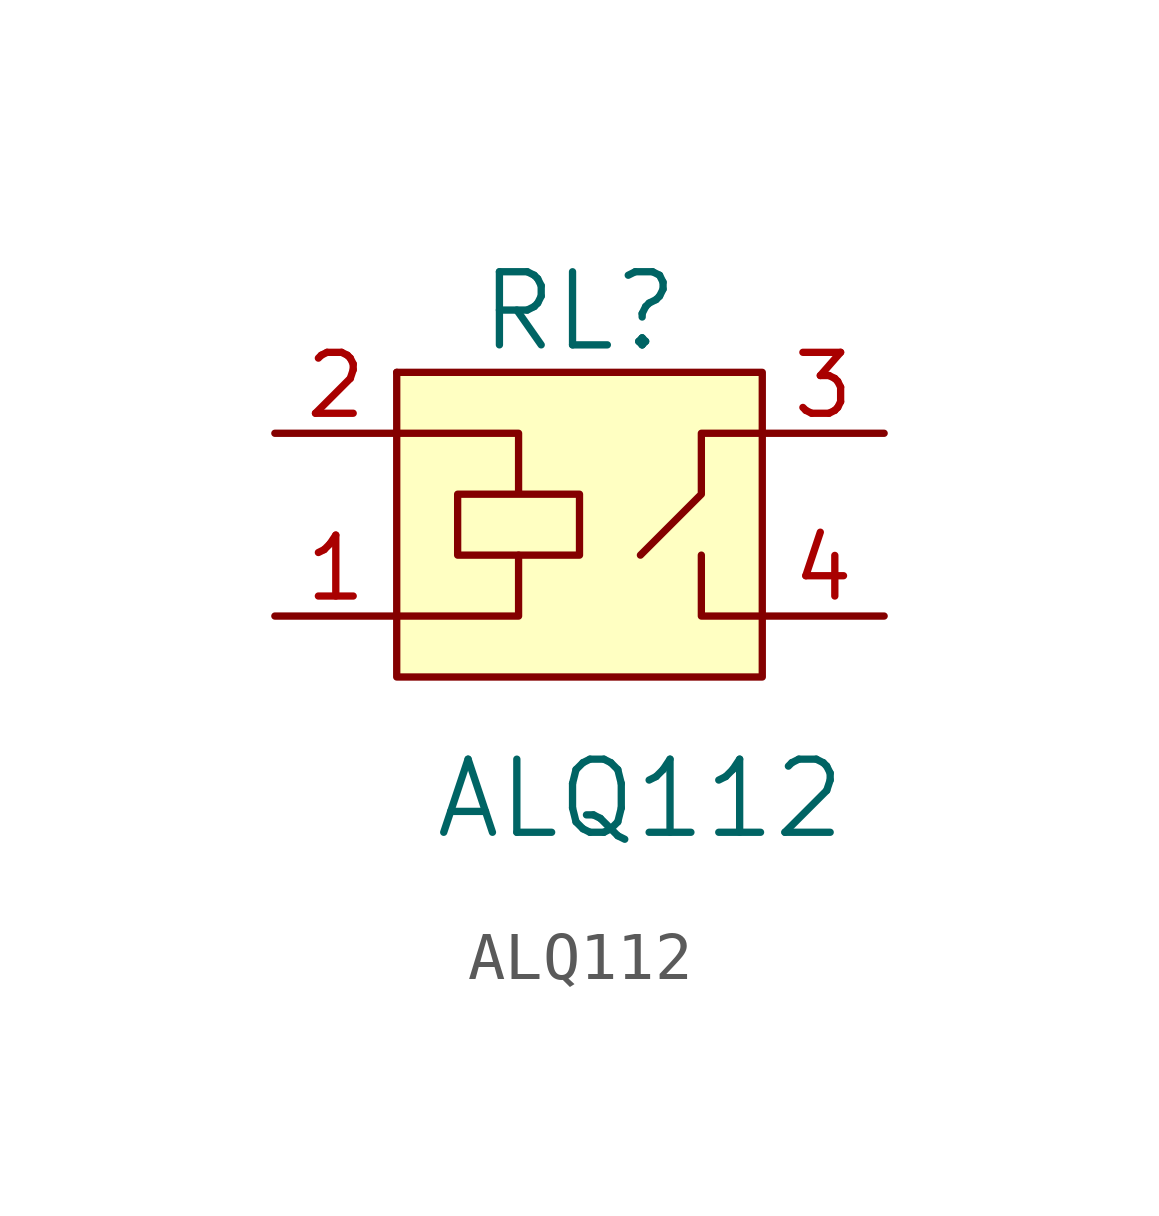
<source format=kicad_sym>
(kicad_symbol_lib
  (version 20220914)
  (generator kicad_symbol_editor)
  (symbol "ALQ112"
    (pin_names
      (offset 1.016))
    (property "Reference" "RL"
      (at 0 7.62 0)
      (effects (font (size 1.524 1.524))))
    (property "Value" "ALQ112"
      (at 1.27 -2.54 0)
      (effects (font (size 1.524 1.524))))
    (symbol "ALQ112_0_1"
      (rectangle (start -3.81 6.35) (end -3.81 6.35) (stroke (width 0) (type default)) (fill (type none)))
      (rectangle (start -3.81 6.35) (end 3.81 0) (stroke (width 0) (type default)) (fill (type background)))
      (polyline (pts (xy -1.27 2.54) (xy -1.27 1.27) (xy -3.81 1.27)) (stroke (width 0) (type default)) (fill (type none)))
      (polyline (pts (xy 2.54 2.54) (xy 2.54 1.27) (xy 3.81 1.27)) (stroke (width 0) (type default)) (fill (type none)))
      (polyline (pts (xy 3.81 5.08) (xy 2.54 5.08) (xy 2.54 3.81) (xy 1.27 2.54)) (stroke (width 0) (type default)) (fill (type none)))
      (polyline (pts (xy -3.81 5.08) (xy -1.27 5.08) (xy -1.27 3.81) (xy -2.54 3.81) (xy -2.54 2.54) (xy 0 2.54) (xy 0 3.81) (xy -1.27 3.81)) (stroke (width 0) (type default)) (fill (type none))))
    (symbol "ALQ112_1_1"
      (pin passive line (at -6.35 1.27 0) (length 2.54) (name "~" (effects (font (size 1.27 1.27)))) (number "1" (effects (font (size 1.27 1.27)))))
      (pin passive line (at -6.35 5.08 0) (length 2.54) (name "~" (effects (font (size 1.27 1.27)))) (number "2" (effects (font (size 1.27 1.27)))))
      (pin passive line (at 6.35 5.08 180) (length 2.54) (name "~" (effects (font (size 1.27 1.27)))) (number "3" (effects (font (size 1.27 1.27)))))
      (pin passive line (at 6.35 1.27 180) (length 2.54) (name "~" (effects (font (size 1.27 1.27)))) (number "4" (effects (font (size 1.27 1.27))))))))
</source>
